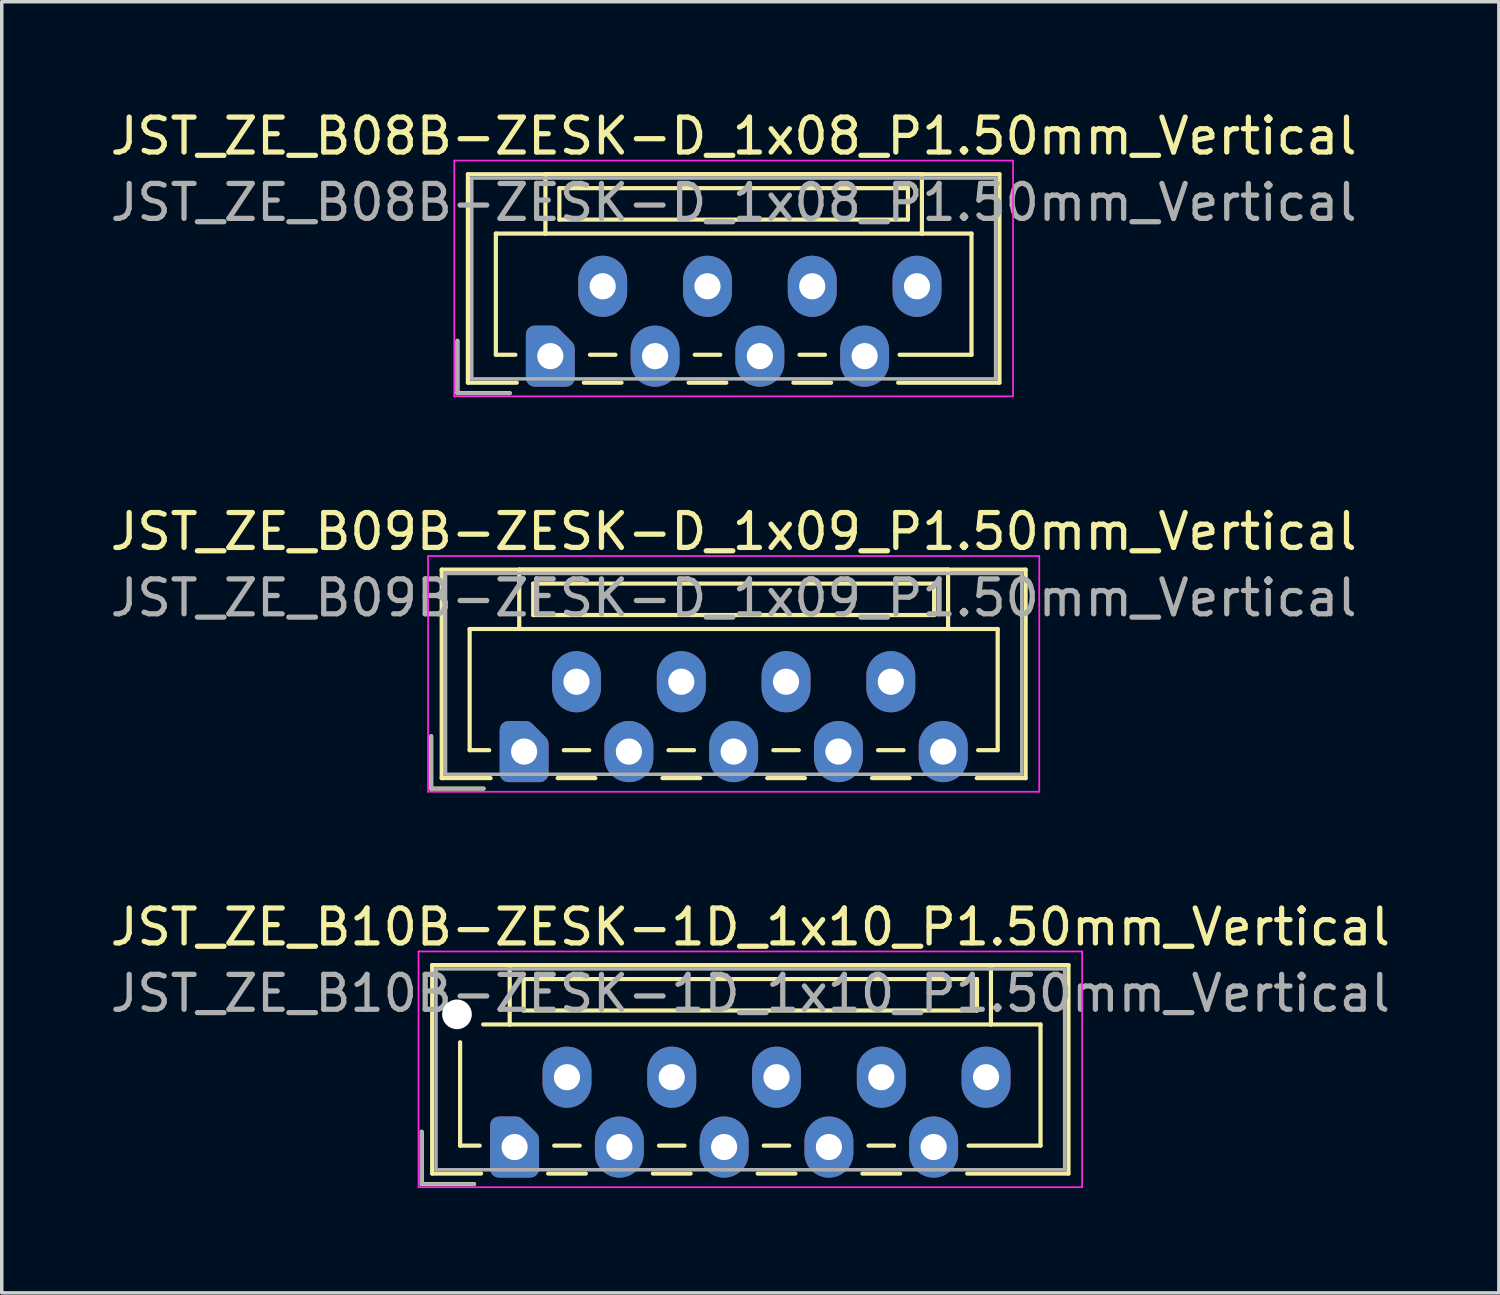
<source format=kicad_pcb>
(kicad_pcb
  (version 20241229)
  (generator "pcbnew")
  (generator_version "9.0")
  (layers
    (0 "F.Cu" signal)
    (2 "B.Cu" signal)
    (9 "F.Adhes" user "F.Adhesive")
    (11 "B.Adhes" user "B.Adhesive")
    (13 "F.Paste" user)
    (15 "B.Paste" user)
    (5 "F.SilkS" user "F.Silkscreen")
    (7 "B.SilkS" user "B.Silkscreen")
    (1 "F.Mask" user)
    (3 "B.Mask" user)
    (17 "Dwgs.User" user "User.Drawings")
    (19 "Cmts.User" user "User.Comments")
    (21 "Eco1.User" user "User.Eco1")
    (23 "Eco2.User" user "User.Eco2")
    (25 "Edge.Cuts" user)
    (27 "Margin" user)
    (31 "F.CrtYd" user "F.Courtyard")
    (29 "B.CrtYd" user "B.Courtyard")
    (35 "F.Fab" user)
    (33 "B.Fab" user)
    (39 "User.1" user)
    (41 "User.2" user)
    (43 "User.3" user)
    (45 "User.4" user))
  (footprint "JST_ZE_B08B-ZESK-D_1x08_P1.50mm_Vertical"
    (layer "F.Cu")
    (at 12.708 7.148)
    (property "Reference" "JST_ZE_B08B-ZESK-D_1x08_P1.50mm_Vertical" (at 5.25 -6.3 0) (layer "F.SilkS") (effects (font (size 1 1) (thickness 0.15))))
    (attr through_hole)
    (fp_line (start -2.66 -0.44) (end -2.66 1.06) (stroke (width 0.12) (type solid)) (layer "F.SilkS"))
    (fp_line (start -2.66 1.06) (end -1.16 1.06) (stroke (width 0.12) (type solid)) (layer "F.SilkS"))
    (fp_line (start -2.36 -5.21) (end 12.86 -5.21) (stroke (width 0.12) (type solid)) (layer "F.SilkS"))
    (fp_line (start -2.36 0.76) (end -2.36 -5.21) (stroke (width 0.12) (type solid)) (layer "F.SilkS"))
    (fp_line (start -1.56 -3.51) (end -1.56 -0.04) (stroke (width 0.12) (type solid)) (layer "F.SilkS"))
    (fp_line (start -1.56 -0.04) (end -1 -0.04) (stroke (width 0.12) (type solid)) (layer "F.SilkS"))
    (fp_line (start -0.96 0.76) (end -2.36 0.76) (stroke (width 0.12) (type solid)) (layer "F.SilkS"))
    (fp_line (start -0.14 -5.21) (end -0.14 -3.51) (stroke (width 0.12) (type solid)) (layer "F.SilkS"))
    (fp_line (start -0.14 -3.51) (end -1.56 -3.51) (stroke (width 0.12) (type solid)) (layer "F.SilkS"))
    (fp_line (start -0.14 -3.51) (end 10.64 -3.51) (stroke (width 0.12) (type solid)) (layer "F.SilkS"))
    (fp_line (start 0.26 -4.81) (end 0.26 -3.91) (stroke (width 0.12) (type solid)) (layer "F.SilkS"))
    (fp_line (start 0.26 -3.91) (end 10.24 -3.91) (stroke (width 0.12) (type solid)) (layer "F.SilkS"))
    (fp_line (start 0.96 0.76) (end 2.04 0.76) (stroke (width 0.12) (type solid)) (layer "F.SilkS"))
    (fp_line (start 1.135 -0.04) (end 1.865 -0.04) (stroke (width 0.12) (type solid)) (layer "F.SilkS"))
    (fp_line (start 3.96 0.76) (end 5.04 0.76) (stroke (width 0.12) (type solid)) (layer "F.SilkS"))
    (fp_line (start 4.135 -0.04) (end 4.865 -0.04) (stroke (width 0.12) (type solid)) (layer "F.SilkS"))
    (fp_line (start 6.96 0.76) (end 8.04 0.76) (stroke (width 0.12) (type solid)) (layer "F.SilkS"))
    (fp_line (start 7.135 -0.04) (end 7.865 -0.04) (stroke (width 0.12) (type solid)) (layer "F.SilkS"))
    (fp_line (start 10.24 -4.81) (end 0.26 -4.81) (stroke (width 0.12) (type solid)) (layer "F.SilkS"))
    (fp_line (start 10.24 -3.91) (end 10.24 -4.81) (stroke (width 0.12) (type solid)) (layer "F.SilkS"))
    (fp_line (start 10.64 -5.21) (end -0.14 -5.21) (stroke (width 0.12) (type solid)) (layer "F.SilkS"))
    (fp_line (start 10.64 -3.51) (end 10.64 -5.21) (stroke (width 0.12) (type solid)) (layer "F.SilkS"))
    (fp_line (start 10.64 -3.51) (end 12.06 -3.51) (stroke (width 0.12) (type solid)) (layer "F.SilkS"))
    (fp_line (start 12.06 -3.51) (end 12.06 -0.04) (stroke (width 0.12) (type solid)) (layer "F.SilkS"))
    (fp_line (start 12.06 -0.04) (end 10 -0.04) (stroke (width 0.12) (type solid)) (layer "F.SilkS"))
    (fp_line (start 12.86 -5.21) (end 12.86 0.76) (stroke (width 0.12) (type solid)) (layer "F.SilkS"))
    (fp_line (start 12.86 0.76) (end 9.96 0.76) (stroke (width 0.12) (type solid)) (layer "F.SilkS"))
    (fp_line (start -2.75 -5.6) (end -2.75 1.15) (stroke (width 0.05) (type solid)) (layer "F.CrtYd"))
    (fp_line (start -2.75 1.15) (end 13.25 1.15) (stroke (width 0.05) (type solid)) (layer "F.CrtYd"))
    (fp_line (start 13.25 -5.6) (end -2.75 -5.6) (stroke (width 0.05) (type solid)) (layer "F.CrtYd"))
    (fp_line (start 13.25 1.15) (end 13.25 -5.6) (stroke (width 0.05) (type solid)) (layer "F.CrtYd"))
    (fp_line (start -2.66 -0.44) (end -2.66 1.06) (stroke (width 0.1) (type solid)) (layer "F.Fab"))
    (fp_line (start -2.66 1.06) (end -1.16 1.06) (stroke (width 0.1) (type solid)) (layer "F.Fab"))
    (fp_line (start -2.25 -5.1) (end -2.25 0.65) (stroke (width 0.1) (type solid)) (layer "F.Fab"))
    (fp_line (start -2.25 0.65) (end 12.75 0.65) (stroke (width 0.1) (type solid)) (layer "F.Fab"))
    (fp_line (start 12.75 -5.1) (end -2.25 -5.1) (stroke (width 0.1) (type solid)) (layer "F.Fab"))
    (fp_line (start 12.75 0.65) (end 12.75 -5.1) (stroke (width 0.1) (type solid)) (layer "F.Fab"))
    (fp_text user "${REFERENCE}" (at 5.25 -4.4 0) (layer "F.Fab") (effects (font (size 1 1) (thickness 0.15))))
    (pad "1" thru_hole custom (at 0 0) (size 1.117 1.117) (drill 0.75) (layers "*.Cu" "*.Mask") (options (anchor circle)) (primitives (gr_poly (pts (xy 0.45 -0.225) (xy 0.45 0.625) (xy -0.45 0.625) (xy -0.45 -0.625) (xy 0.05 -0.625)) (width 0.5) (fill yes))))
    (pad "2" thru_hole oval (at 1.5 -2) (size 1.4 1.75) (drill 0.75) (layers "*.Cu" "*.Mask"))
    (pad "3" thru_hole oval (at 3 0) (size 1.4 1.75) (drill 0.75) (layers "*.Cu" "*.Mask"))
    (pad "4" thru_hole oval (at 4.5 -2) (size 1.4 1.75) (drill 0.75) (layers "*.Cu" "*.Mask"))
    (pad "5" thru_hole oval (at 6 0) (size 1.4 1.75) (drill 0.75) (layers "*.Cu" "*.Mask"))
    (pad "6" thru_hole oval (at 7.5 -2) (size 1.4 1.75) (drill 0.75) (layers "*.Cu" "*.Mask"))
    (pad "7" thru_hole oval (at 9 0) (size 1.4 1.75) (drill 0.75) (layers "*.Cu" "*.Mask"))
    (pad "8" thru_hole oval (at 10.5 -2) (size 1.4 1.75) (drill 0.75) (layers "*.Cu" "*.Mask")))
  (footprint "JST_ZE_B09B-ZESK-D_1x09_P1.50mm_Vertical"
    (layer "F.Cu")
    (at 11.958 18.471)
    (property "Reference" "JST_ZE_B09B-ZESK-D_1x09_P1.50mm_Vertical" (at 6 -6.3 0) (layer "F.SilkS") (effects (font (size 1 1) (thickness 0.15))))
    (attr through_hole)
    (fp_line (start -2.66 -0.44) (end -2.66 1.06) (stroke (width 0.12) (type solid)) (layer "F.SilkS"))
    (fp_line (start -2.66 1.06) (end -1.16 1.06) (stroke (width 0.12) (type solid)) (layer "F.SilkS"))
    (fp_line (start -2.36 -5.21) (end 14.36 -5.21) (stroke (width 0.12) (type solid)) (layer "F.SilkS"))
    (fp_line (start -2.36 0.76) (end -2.36 -5.21) (stroke (width 0.12) (type solid)) (layer "F.SilkS"))
    (fp_line (start -1.56 -3.51) (end -1.56 -0.04) (stroke (width 0.12) (type solid)) (layer "F.SilkS"))
    (fp_line (start -1.56 -0.04) (end -1 -0.04) (stroke (width 0.12) (type solid)) (layer "F.SilkS"))
    (fp_line (start -0.96 0.76) (end -2.36 0.76) (stroke (width 0.12) (type solid)) (layer "F.SilkS"))
    (fp_line (start -0.14 -5.21) (end -0.14 -3.51) (stroke (width 0.12) (type solid)) (layer "F.SilkS"))
    (fp_line (start -0.14 -3.51) (end -1.56 -3.51) (stroke (width 0.12) (type solid)) (layer "F.SilkS"))
    (fp_line (start -0.14 -3.51) (end 12.14 -3.51) (stroke (width 0.12) (type solid)) (layer "F.SilkS"))
    (fp_line (start 0.26 -4.81) (end 0.26 -3.91) (stroke (width 0.12) (type solid)) (layer "F.SilkS"))
    (fp_line (start 0.26 -3.91) (end 11.74 -3.91) (stroke (width 0.12) (type solid)) (layer "F.SilkS"))
    (fp_line (start 0.96 0.76) (end 2.04 0.76) (stroke (width 0.12) (type solid)) (layer "F.SilkS"))
    (fp_line (start 1.135 -0.04) (end 1.865 -0.04) (stroke (width 0.12) (type solid)) (layer "F.SilkS"))
    (fp_line (start 3.96 0.76) (end 5.04 0.76) (stroke (width 0.12) (type solid)) (layer "F.SilkS"))
    (fp_line (start 4.135 -0.04) (end 4.865 -0.04) (stroke (width 0.12) (type solid)) (layer "F.SilkS"))
    (fp_line (start 6.96 0.76) (end 8.04 0.76) (stroke (width 0.12) (type solid)) (layer "F.SilkS"))
    (fp_line (start 7.135 -0.04) (end 7.865 -0.04) (stroke (width 0.12) (type solid)) (layer "F.SilkS"))
    (fp_line (start 9.96 0.76) (end 11.04 0.76) (stroke (width 0.12) (type solid)) (layer "F.SilkS"))
    (fp_line (start 10.135 -0.04) (end 10.865 -0.04) (stroke (width 0.12) (type solid)) (layer "F.SilkS"))
    (fp_line (start 11.74 -4.81) (end 0.26 -4.81) (stroke (width 0.12) (type solid)) (layer "F.SilkS"))
    (fp_line (start 11.74 -3.91) (end 11.74 -4.81) (stroke (width 0.12) (type solid)) (layer "F.SilkS"))
    (fp_line (start 12.14 -5.21) (end -0.14 -5.21) (stroke (width 0.12) (type solid)) (layer "F.SilkS"))
    (fp_line (start 12.14 -3.51) (end 12.14 -5.21) (stroke (width 0.12) (type solid)) (layer "F.SilkS"))
    (fp_line (start 12.14 -3.51) (end 13.56 -3.51) (stroke (width 0.12) (type solid)) (layer "F.SilkS"))
    (fp_line (start 13.56 -3.51) (end 13.56 -0.04) (stroke (width 0.12) (type solid)) (layer "F.SilkS"))
    (fp_line (start 13.56 -0.04) (end 13 -0.04) (stroke (width 0.12) (type solid)) (layer "F.SilkS"))
    (fp_line (start 14.36 -5.21) (end 14.36 0.76) (stroke (width 0.12) (type solid)) (layer "F.SilkS"))
    (fp_line (start 14.36 0.76) (end 12.96 0.76) (stroke (width 0.12) (type solid)) (layer "F.SilkS"))
    (fp_line (start -2.75 -5.6) (end -2.75 1.15) (stroke (width 0.05) (type solid)) (layer "F.CrtYd"))
    (fp_line (start -2.75 1.15) (end 14.75 1.15) (stroke (width 0.05) (type solid)) (layer "F.CrtYd"))
    (fp_line (start 14.75 -5.6) (end -2.75 -5.6) (stroke (width 0.05) (type solid)) (layer "F.CrtYd"))
    (fp_line (start 14.75 1.15) (end 14.75 -5.6) (stroke (width 0.05) (type solid)) (layer "F.CrtYd"))
    (fp_line (start -2.66 -0.44) (end -2.66 1.06) (stroke (width 0.1) (type solid)) (layer "F.Fab"))
    (fp_line (start -2.66 1.06) (end -1.16 1.06) (stroke (width 0.1) (type solid)) (layer "F.Fab"))
    (fp_line (start -2.25 -5.1) (end -2.25 0.65) (stroke (width 0.1) (type solid)) (layer "F.Fab"))
    (fp_line (start -2.25 0.65) (end 14.25 0.65) (stroke (width 0.1) (type solid)) (layer "F.Fab"))
    (fp_line (start 14.25 -5.1) (end -2.25 -5.1) (stroke (width 0.1) (type solid)) (layer "F.Fab"))
    (fp_line (start 14.25 0.65) (end 14.25 -5.1) (stroke (width 0.1) (type solid)) (layer "F.Fab"))
    (fp_text user "${REFERENCE}" (at 6 -4.4 0) (layer "F.Fab") (effects (font (size 1 1) (thickness 0.15))))
    (pad "1" thru_hole custom (at 0 0) (size 1.117 1.117) (drill 0.75) (layers "*.Cu" "*.Mask") (options (anchor circle)) (primitives (gr_poly (pts (xy 0.45 -0.225) (xy 0.45 0.625) (xy -0.45 0.625) (xy -0.45 -0.625) (xy 0.05 -0.625)) (width 0.5) (fill yes))))
    (pad "2" thru_hole oval (at 1.5 -2) (size 1.4 1.75) (drill 0.75) (layers "*.Cu" "*.Mask"))
    (pad "3" thru_hole oval (at 3 0) (size 1.4 1.75) (drill 0.75) (layers "*.Cu" "*.Mask"))
    (pad "4" thru_hole oval (at 4.5 -2) (size 1.4 1.75) (drill 0.75) (layers "*.Cu" "*.Mask"))
    (pad "5" thru_hole oval (at 6 0) (size 1.4 1.75) (drill 0.75) (layers "*.Cu" "*.Mask"))
    (pad "6" thru_hole oval (at 7.5 -2) (size 1.4 1.75) (drill 0.75) (layers "*.Cu" "*.Mask"))
    (pad "7" thru_hole oval (at 9 0) (size 1.4 1.75) (drill 0.75) (layers "*.Cu" "*.Mask"))
    (pad "8" thru_hole oval (at 10.5 -2) (size 1.4 1.75) (drill 0.75) (layers "*.Cu" "*.Mask"))
    (pad "9" thru_hole oval (at 12 0) (size 1.4 1.75) (drill 0.75) (layers "*.Cu" "*.Mask")))
  (footprint "JST_ZE_B10B-ZESK-1D_1x10_P1.50mm_Vertical"
    (layer "F.Cu")
    (at 11.685 29.795)
    (property "Reference" "JST_ZE_B10B-ZESK-1D_1x10_P1.50mm_Vertical" (at 6.75 -6.3 0) (layer "F.SilkS") (effects (font (size 1 1) (thickness 0.15))))
    (attr through_hole)
    (fp_line (start -2.66 -0.44) (end -2.66 1.06) (stroke (width 0.12) (type solid)) (layer "F.SilkS"))
    (fp_line (start -2.66 1.06) (end -1.16 1.06) (stroke (width 0.12) (type solid)) (layer "F.SilkS"))
    (fp_line (start -2.36 -5.21) (end 15.86 -5.21) (stroke (width 0.12) (type solid)) (layer "F.SilkS"))
    (fp_line (start -2.36 0.76) (end -2.36 -5.21) (stroke (width 0.12) (type solid)) (layer "F.SilkS"))
    (fp_line (start -1.56 -3) (end -1.56 -0.04) (stroke (width 0.12) (type solid)) (layer "F.SilkS"))
    (fp_line (start -1.56 -0.04) (end -1 -0.04) (stroke (width 0.12) (type solid)) (layer "F.SilkS"))
    (fp_line (start -0.96 0.76) (end -2.36 0.76) (stroke (width 0.12) (type solid)) (layer "F.SilkS"))
    (fp_line (start -0.14 -5.21) (end -0.14 -3.51) (stroke (width 0.12) (type solid)) (layer "F.SilkS"))
    (fp_line (start -0.14 -3.51) (end -0.9 -3.51) (stroke (width 0.12) (type solid)) (layer "F.SilkS"))
    (fp_line (start -0.14 -3.51) (end 13.64 -3.51) (stroke (width 0.12) (type solid)) (layer "F.SilkS"))
    (fp_line (start 0.26 -4.81) (end 0.26 -3.91) (stroke (width 0.12) (type solid)) (layer "F.SilkS"))
    (fp_line (start 0.26 -3.91) (end 13.24 -3.91) (stroke (width 0.12) (type solid)) (layer "F.SilkS"))
    (fp_line (start 0.96 0.76) (end 2.04 0.76) (stroke (width 0.12) (type solid)) (layer "F.SilkS"))
    (fp_line (start 1.135 -0.04) (end 1.865 -0.04) (stroke (width 0.12) (type solid)) (layer "F.SilkS"))
    (fp_line (start 3.96 0.76) (end 5.04 0.76) (stroke (width 0.12) (type solid)) (layer "F.SilkS"))
    (fp_line (start 4.135 -0.04) (end 4.865 -0.04) (stroke (width 0.12) (type solid)) (layer "F.SilkS"))
    (fp_line (start 6.96 0.76) (end 8.04 0.76) (stroke (width 0.12) (type solid)) (layer "F.SilkS"))
    (fp_line (start 7.135 -0.04) (end 7.865 -0.04) (stroke (width 0.12) (type solid)) (layer "F.SilkS"))
    (fp_line (start 9.96 0.76) (end 11.04 0.76) (stroke (width 0.12) (type solid)) (layer "F.SilkS"))
    (fp_line (start 10.135 -0.04) (end 10.865 -0.04) (stroke (width 0.12) (type solid)) (layer "F.SilkS"))
    (fp_line (start 13.24 -4.81) (end 0.26 -4.81) (stroke (width 0.12) (type solid)) (layer "F.SilkS"))
    (fp_line (start 13.24 -3.91) (end 13.24 -4.81) (stroke (width 0.12) (type solid)) (layer "F.SilkS"))
    (fp_line (start 13.64 -5.21) (end -0.14 -5.21) (stroke (width 0.12) (type solid)) (layer "F.SilkS"))
    (fp_line (start 13.64 -3.51) (end 13.64 -5.21) (stroke (width 0.12) (type solid)) (layer "F.SilkS"))
    (fp_line (start 13.64 -3.51) (end 15.06 -3.51) (stroke (width 0.12) (type solid)) (layer "F.SilkS"))
    (fp_line (start 15.06 -3.51) (end 15.06 -0.04) (stroke (width 0.12) (type solid)) (layer "F.SilkS"))
    (fp_line (start 15.06 -0.04) (end 13 -0.04) (stroke (width 0.12) (type solid)) (layer "F.SilkS"))
    (fp_line (start 15.86 -5.21) (end 15.86 0.76) (stroke (width 0.12) (type solid)) (layer "F.SilkS"))
    (fp_line (start 15.86 0.76) (end 12.96 0.76) (stroke (width 0.12) (type solid)) (layer "F.SilkS"))
    (fp_line (start -2.75 -5.6) (end -2.75 1.15) (stroke (width 0.05) (type solid)) (layer "F.CrtYd"))
    (fp_line (start -2.75 1.15) (end 16.25 1.15) (stroke (width 0.05) (type solid)) (layer "F.CrtYd"))
    (fp_line (start 16.25 -5.6) (end -2.75 -5.6) (stroke (width 0.05) (type solid)) (layer "F.CrtYd"))
    (fp_line (start 16.25 1.15) (end 16.25 -5.6) (stroke (width 0.05) (type solid)) (layer "F.CrtYd"))
    (fp_line (start -2.66 -0.44) (end -2.66 1.06) (stroke (width 0.1) (type solid)) (layer "F.Fab"))
    (fp_line (start -2.66 1.06) (end -1.16 1.06) (stroke (width 0.1) (type solid)) (layer "F.Fab"))
    (fp_line (start -2.25 -5.1) (end -2.25 0.65) (stroke (width 0.1) (type solid)) (layer "F.Fab"))
    (fp_line (start -2.25 0.65) (end 15.75 0.65) (stroke (width 0.1) (type solid)) (layer "F.Fab"))
    (fp_line (start 15.75 -5.1) (end -2.25 -5.1) (stroke (width 0.1) (type solid)) (layer "F.Fab"))
    (fp_line (start 15.75 0.65) (end 15.75 -5.1) (stroke (width 0.1) (type solid)) (layer "F.Fab"))
    (fp_text user "${REFERENCE}" (at 6.75 -4.4 0) (layer "F.Fab") (effects (font (size 1 1) (thickness 0.15))))
    (pad "" np_thru_hole circle (at -1.65 -3.8) (size 0.85 0.85) (drill 0.85) (layers "*.Cu" "*.Mask"))
    (pad "1" thru_hole custom (at 0 0) (size 1.117 1.117) (drill 0.75) (layers "*.Cu" "*.Mask") (options (anchor circle)) (primitives (gr_poly (pts (xy 0.45 -0.225) (xy 0.45 0.625) (xy -0.45 0.625) (xy -0.45 -0.625) (xy 0.05 -0.625)) (width 0.5) (fill yes))))
    (pad "2" thru_hole oval (at 1.5 -2) (size 1.4 1.75) (drill 0.75) (layers "*.Cu" "*.Mask"))
    (pad "3" thru_hole oval (at 3 0) (size 1.4 1.75) (drill 0.75) (layers "*.Cu" "*.Mask"))
    (pad "4" thru_hole oval (at 4.5 -2) (size 1.4 1.75) (drill 0.75) (layers "*.Cu" "*.Mask"))
    (pad "5" thru_hole oval (at 6 0) (size 1.4 1.75) (drill 0.75) (layers "*.Cu" "*.Mask"))
    (pad "6" thru_hole oval (at 7.5 -2) (size 1.4 1.75) (drill 0.75) (layers "*.Cu" "*.Mask"))
    (pad "7" thru_hole oval (at 9 0) (size 1.4 1.75) (drill 0.75) (layers "*.Cu" "*.Mask"))
    (pad "8" thru_hole oval (at 10.5 -2) (size 1.4 1.75) (drill 0.75) (layers "*.Cu" "*.Mask"))
    (pad "9" thru_hole oval (at 12 0) (size 1.4 1.75) (drill 0.75) (layers "*.Cu" "*.Mask"))
    (pad "10" thru_hole oval (at 13.5 -2) (size 1.4 1.75) (drill 0.75) (layers "*.Cu" "*.Mask")))
  (gr_rect
    (start -3 -3)
    (end 39.869 33.97)
    (stroke (width 0.1) (type default))
    (fill no)
    (layer "Edge.Cuts")))
</source>
